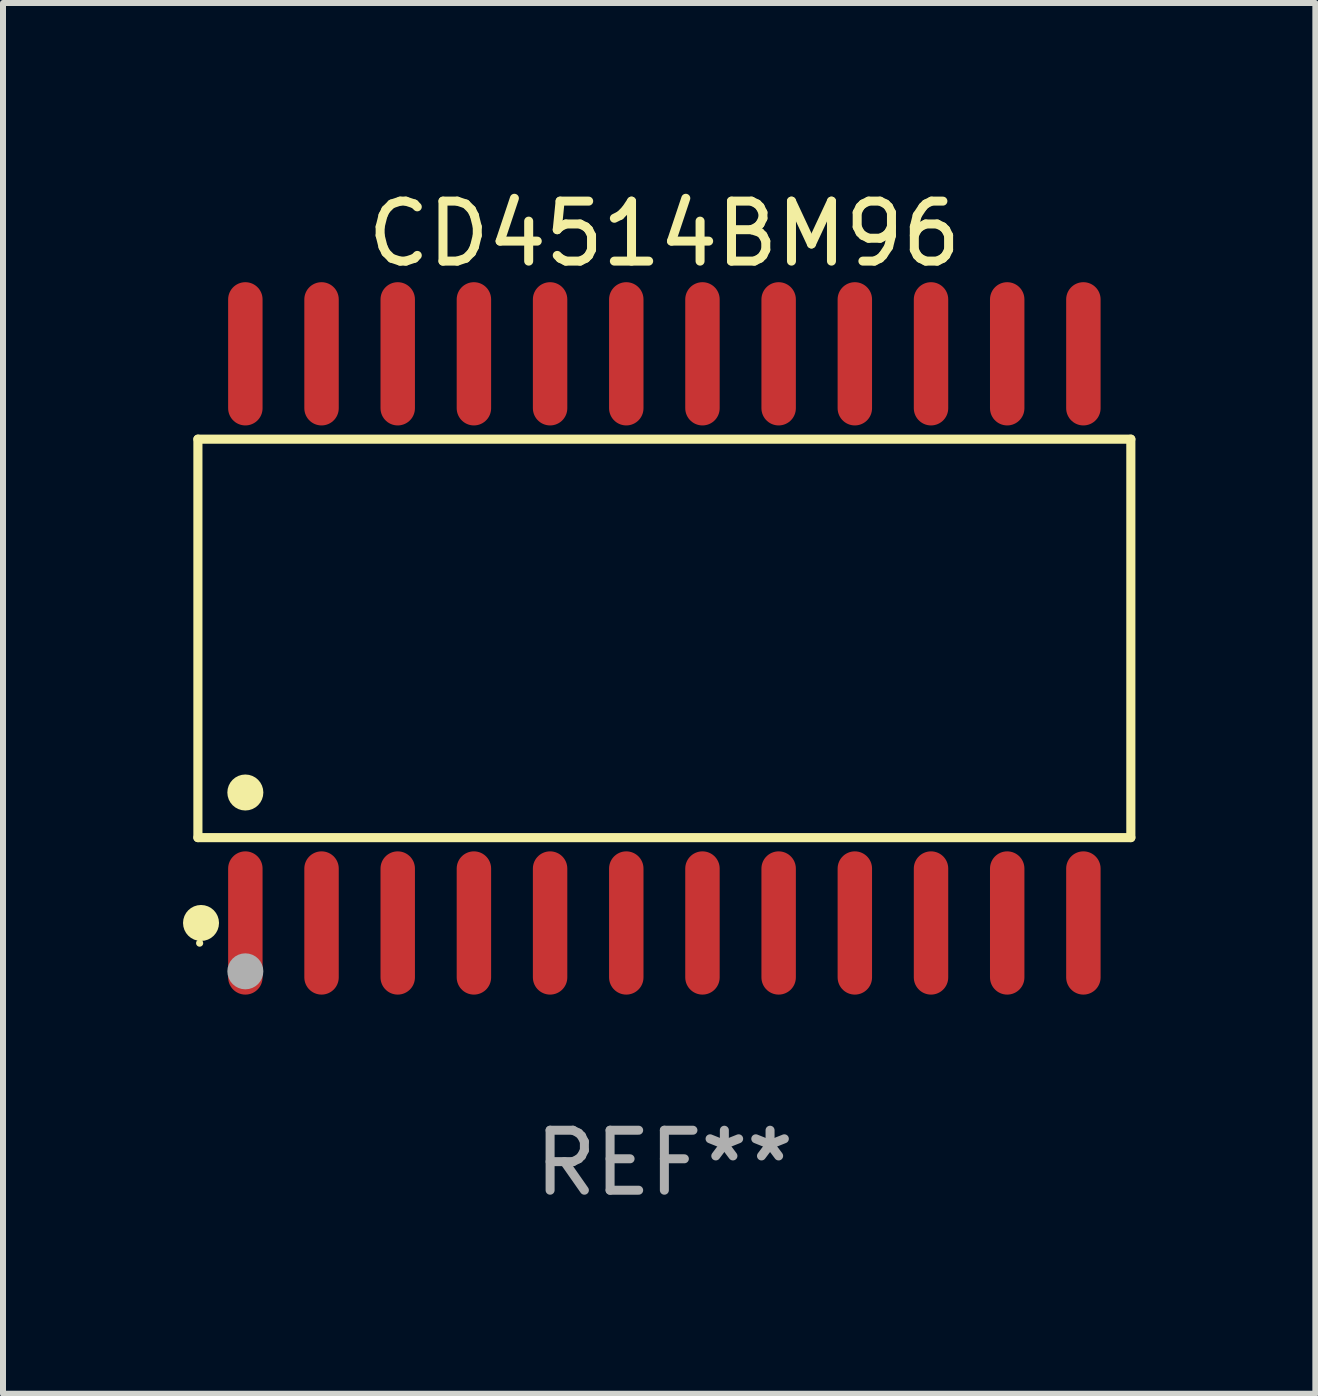
<source format=kicad_pcb>
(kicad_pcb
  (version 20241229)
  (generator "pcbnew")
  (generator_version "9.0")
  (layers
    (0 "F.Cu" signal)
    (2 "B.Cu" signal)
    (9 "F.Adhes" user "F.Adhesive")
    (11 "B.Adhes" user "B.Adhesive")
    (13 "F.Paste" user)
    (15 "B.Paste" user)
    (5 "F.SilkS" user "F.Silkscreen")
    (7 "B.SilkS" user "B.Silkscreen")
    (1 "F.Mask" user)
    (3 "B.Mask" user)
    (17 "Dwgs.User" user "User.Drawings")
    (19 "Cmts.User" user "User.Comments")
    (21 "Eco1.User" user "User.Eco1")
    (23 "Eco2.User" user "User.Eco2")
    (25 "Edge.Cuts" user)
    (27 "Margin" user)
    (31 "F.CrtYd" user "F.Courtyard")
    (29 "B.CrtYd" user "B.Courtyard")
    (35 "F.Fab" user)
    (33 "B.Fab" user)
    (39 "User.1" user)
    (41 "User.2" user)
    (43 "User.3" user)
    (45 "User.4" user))
  (footprint "CD4514BM96"
    (layer "F.Cu")
    (at 8.025 7.592)
    (property "Reference" "CD4514BM96" (at 0 -6.744 0) (layer "F.SilkS") (effects (font (size 1 1) (thickness 0.15))))
    (attr through_hole)
    (fp_line (start -7.776 -3.321) (end 7.776 -3.321) (stroke (width 0.152) (type solid)) (layer "F.SilkS"))
    (fp_line (start -7.776 3.321) (end -7.776 -3.321) (stroke (width 0.152) (type solid)) (layer "F.SilkS"))
    (fp_line (start 7.776 -3.321) (end 7.776 3.321) (stroke (width 0.152) (type solid)) (layer "F.SilkS"))
    (fp_line (start 7.776 3.321) (end -7.776 3.321) (stroke (width 0.152) (type solid)) (layer "F.SilkS"))
    (fp_circle (center -7.747 5.08) (end -7.717 5.08) (stroke (width 0.06) (type solid)) (fill no) (layer "F.SilkS"))
    (fp_circle (center -7.724 4.744) (end -7.574 4.744) (stroke (width 0.3) (type solid)) (fill no) (layer "F.SilkS"))
    (fp_circle (center -6.985 2.569) (end -6.835 2.569) (stroke (width 0.3) (type solid)) (fill no) (layer "F.SilkS"))
    (fp_circle (center -6.985 5.55) (end -6.835 5.55) (stroke (width 0.3) (type solid)) (fill no) (layer "F.Fab"))
    (fp_text user "REF**" (at 0 8.744 0) (layer "F.Fab") (effects (font (size 1 1) (thickness 0.15))))
    (pad "1" smd oval (at -6.985 4.744) (size 0.574 2.388) (layers "F.Cu" "F.Mask" "F.Paste"))
    (pad "2" smd oval (at -5.715 4.744) (size 0.574 2.388) (layers "F.Cu" "F.Mask" "F.Paste"))
    (pad "3" smd oval (at -4.445 4.744) (size 0.574 2.388) (layers "F.Cu" "F.Mask" "F.Paste"))
    (pad "4" smd oval (at -3.175 4.744) (size 0.574 2.388) (layers "F.Cu" "F.Mask" "F.Paste"))
    (pad "5" smd oval (at -1.905 4.744) (size 0.574 2.388) (layers "F.Cu" "F.Mask" "F.Paste"))
    (pad "6" smd oval (at -0.635 4.744) (size 0.574 2.388) (layers "F.Cu" "F.Mask" "F.Paste"))
    (pad "7" smd oval (at 0.635 4.744) (size 0.574 2.388) (layers "F.Cu" "F.Mask" "F.Paste"))
    (pad "8" smd oval (at 1.905 4.744) (size 0.574 2.388) (layers "F.Cu" "F.Mask" "F.Paste"))
    (pad "9" smd oval (at 3.175 4.744) (size 0.574 2.388) (layers "F.Cu" "F.Mask" "F.Paste"))
    (pad "10" smd oval (at 4.445 4.744) (size 0.574 2.388) (layers "F.Cu" "F.Mask" "F.Paste"))
    (pad "11" smd oval (at 5.715 4.744) (size 0.574 2.388) (layers "F.Cu" "F.Mask" "F.Paste"))
    (pad "12" smd oval (at 6.985 4.744) (size 0.574 2.388) (layers "F.Cu" "F.Mask" "F.Paste"))
    (pad "13" smd oval (at 6.985 -4.744) (size 0.574 2.388) (layers "F.Cu" "F.Mask" "F.Paste"))
    (pad "14" smd oval (at 5.715 -4.744) (size 0.574 2.388) (layers "F.Cu" "F.Mask" "F.Paste"))
    (pad "15" smd oval (at 4.445 -4.744) (size 0.574 2.388) (layers "F.Cu" "F.Mask" "F.Paste"))
    (pad "16" smd oval (at 3.175 -4.744) (size 0.574 2.388) (layers "F.Cu" "F.Mask" "F.Paste"))
    (pad "17" smd oval (at 1.905 -4.744) (size 0.574 2.388) (layers "F.Cu" "F.Mask" "F.Paste"))
    (pad "18" smd oval (at 0.635 -4.744) (size 0.574 2.388) (layers "F.Cu" "F.Mask" "F.Paste"))
    (pad "19" smd oval (at -0.635 -4.744) (size 0.574 2.388) (layers "F.Cu" "F.Mask" "F.Paste"))
    (pad "20" smd oval (at -1.905 -4.744) (size 0.574 2.388) (layers "F.Cu" "F.Mask" "F.Paste"))
    (pad "21" smd oval (at -3.175 -4.744) (size 0.574 2.388) (layers "F.Cu" "F.Mask" "F.Paste"))
    (pad "22" smd oval (at -4.445 -4.744) (size 0.574 2.388) (layers "F.Cu" "F.Mask" "F.Paste"))
    (pad "23" smd oval (at -5.715 -4.744) (size 0.574 2.388) (layers "F.Cu" "F.Mask" "F.Paste"))
    (pad "24" smd oval (at -6.985 -4.744) (size 0.574 2.388) (layers "F.Cu" "F.Mask" "F.Paste")))
  (gr_rect
    (start -3 -3)
    (end 18.877 20.184)
    (stroke (width 0.1) (type default))
    (fill no)
    (layer "Edge.Cuts")))
</source>
